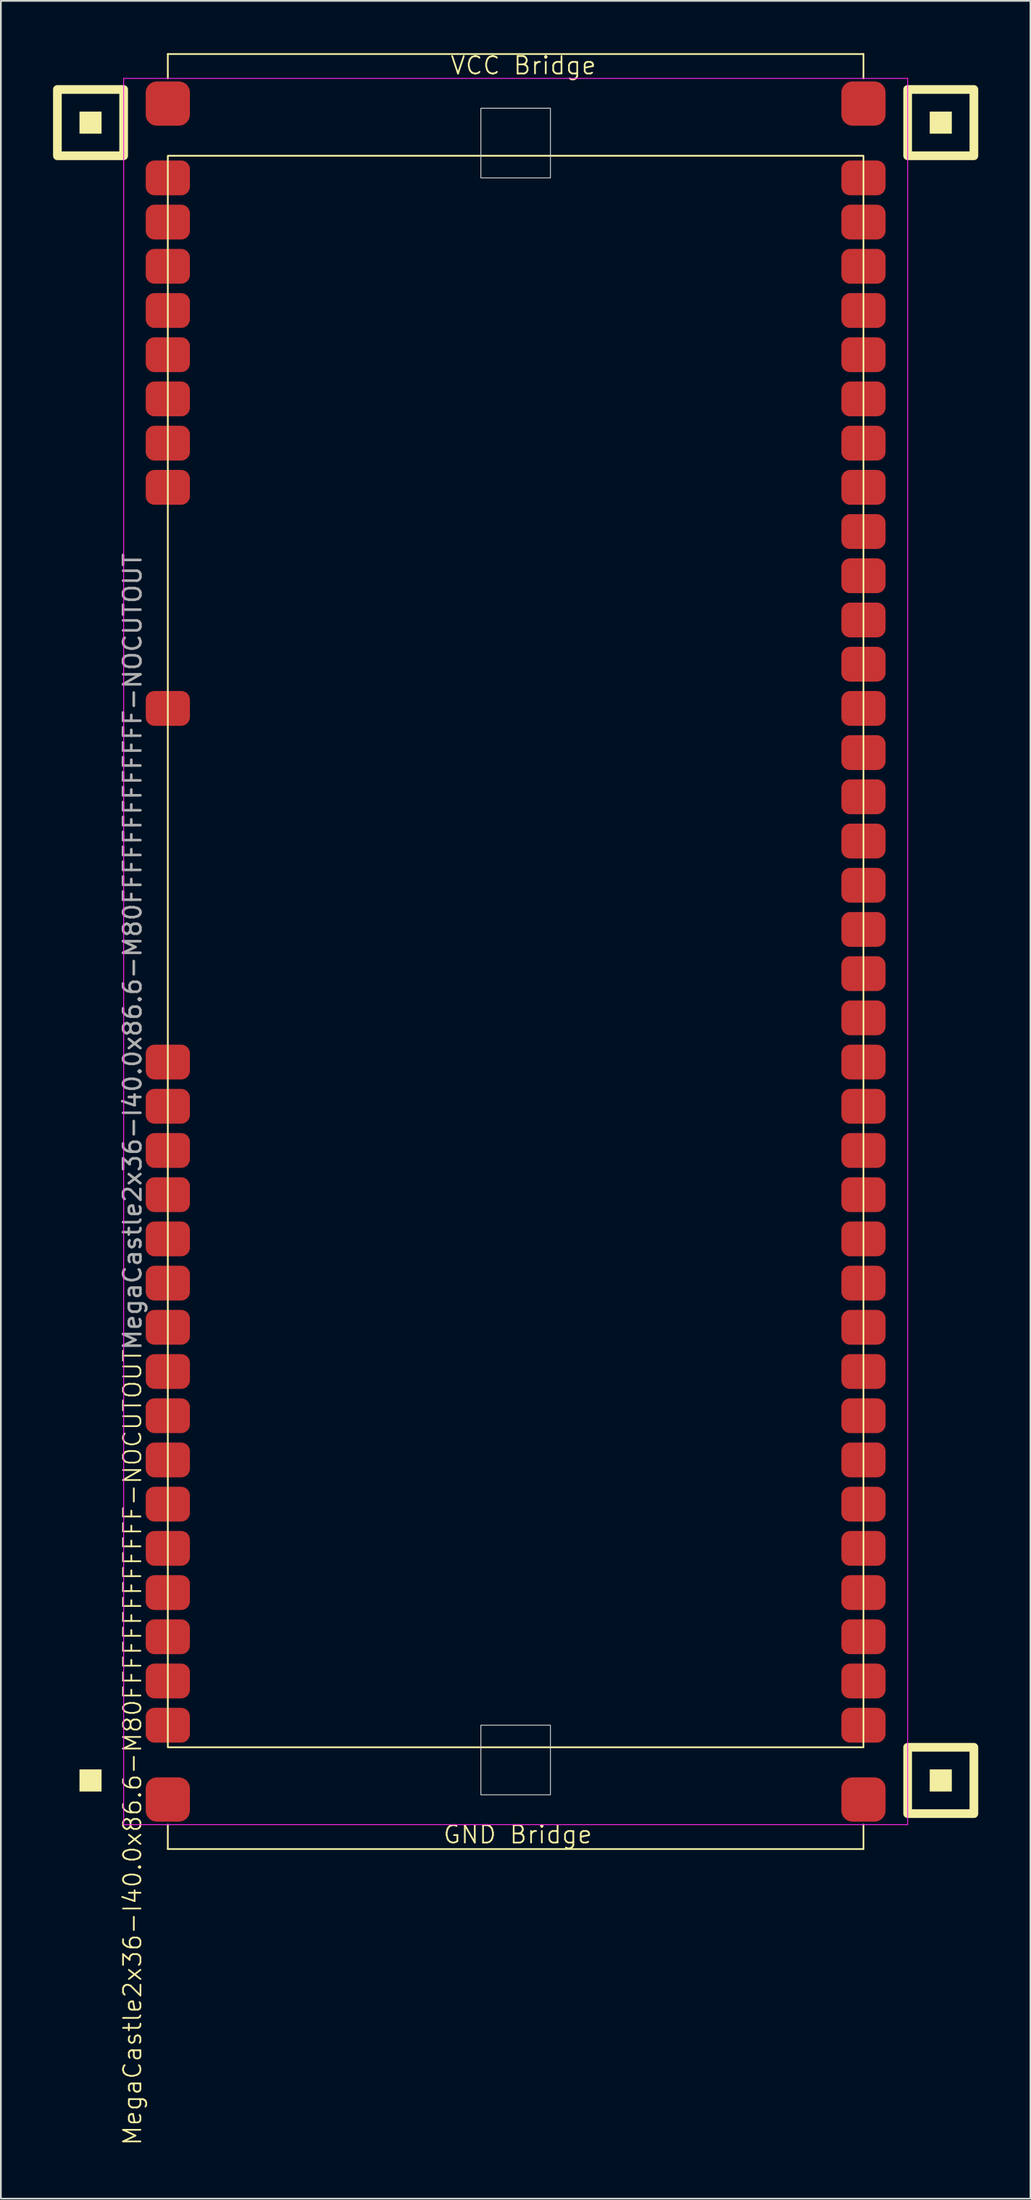
<source format=kicad_pcb>
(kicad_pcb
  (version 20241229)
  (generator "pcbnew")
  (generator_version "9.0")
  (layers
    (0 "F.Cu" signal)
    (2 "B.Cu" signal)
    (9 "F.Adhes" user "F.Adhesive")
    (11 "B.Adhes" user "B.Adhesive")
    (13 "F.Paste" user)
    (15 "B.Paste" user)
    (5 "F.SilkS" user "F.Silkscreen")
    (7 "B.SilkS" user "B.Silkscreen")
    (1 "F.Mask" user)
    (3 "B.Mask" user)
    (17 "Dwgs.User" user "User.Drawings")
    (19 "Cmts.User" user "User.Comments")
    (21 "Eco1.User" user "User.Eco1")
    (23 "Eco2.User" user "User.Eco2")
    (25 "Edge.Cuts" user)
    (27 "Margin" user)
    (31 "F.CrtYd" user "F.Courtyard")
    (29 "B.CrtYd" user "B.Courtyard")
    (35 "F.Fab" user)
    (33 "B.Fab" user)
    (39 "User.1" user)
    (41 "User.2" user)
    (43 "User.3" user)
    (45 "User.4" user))
  (footprint "MegaCastle2x36-I40.0x86.6-M80FFFFFFFFFFFFF-NOCUTOUT"
    (layer "F.Cu")
    (at 26.6 51.62)
    (property "Reference" "MegaCastle2x36-I40.0x86.6-M80FFFFFFFFFFFFF-NOCUTOUT" (at -22.032 45.72 90) (unlocked yes) (layer "F.SilkS") (effects (font (size 1 1) (thickness 0.1))))
    (attr smd)
    (fp_line (start -20 -51.565) (end 20 -51.565) (stroke (width 0.1) (type default)) (layer "F.SilkS"))
    (fp_line (start -20 -50.165) (end -20 -51.565) (stroke (width 0.1) (type default)) (layer "F.SilkS"))
    (fp_line (start -20 50.165) (end -20 51.565) (stroke (width 0.1) (type default)) (layer "F.SilkS"))
    (fp_line (start -20 51.565) (end 20 51.565) (stroke (width 0.1) (type default)) (layer "F.SilkS"))
    (fp_line (start 20 -50.165) (end 20 -51.565) (stroke (width 0.1) (type default)) (layer "F.SilkS"))
    (fp_line (start 20 50.165) (end 20 51.565) (stroke (width 0.1) (type default)) (layer "F.SilkS"))
    (fp_rect (start -23.81 -46.99) (end -25.08 -48.26) (stroke (width 0) (type solid)) (fill yes) (layer "F.SilkS"))
    (fp_rect (start -23.81 48.26) (end -25.08 46.99) (stroke (width 0) (type solid)) (fill yes) (layer "F.SilkS"))
    (fp_rect (start -22.54 -45.72) (end -26.35 -49.53) (stroke (width 0.5) (type default)) (fill no) (layer "F.SilkS"))
    (fp_rect (start -20 -45.72) (end 20 45.72) (stroke (width 0.1) (type default)) (fill no) (layer "F.SilkS"))
    (fp_rect (start 25.08 -46.99) (end 23.81 -48.26) (stroke (width 0) (type solid)) (fill yes) (layer "F.SilkS"))
    (fp_rect (start 25.08 48.26) (end 23.81 46.99) (stroke (width 0) (type solid)) (fill yes) (layer "F.SilkS"))
    (fp_rect (start 26.35 -45.72) (end 22.54 -49.53) (stroke (width 0.5) (type default)) (fill no) (layer "F.SilkS"))
    (fp_rect (start 26.35 49.53) (end 22.54 45.72) (stroke (width 0.5) (type default)) (fill no) (layer "F.SilkS"))
    (fp_rect (start -2 -44.45) (end 2 -48.45) (stroke (width 0.05) (type default)) (fill no) (layer "Edge.Cuts"))
    (fp_rect (start -2 44.45) (end 2 48.45) (stroke (width 0.05) (type default)) (fill no) (layer "Edge.Cuts"))
    (fp_line (start -22.54 -50.165) (end -22.54 50.165) (stroke (width 0.05) (type default)) (layer "F.CrtYd"))
    (fp_line (start -22.54 50.165) (end 22.54 50.165) (stroke (width 0.05) (type default)) (layer "F.CrtYd"))
    (fp_line (start 22.54 -50.165) (end -22.54 -50.165) (stroke (width 0.05) (type default)) (layer "F.CrtYd"))
    (fp_line (start 22.54 -50.165) (end 22.54 50.165) (stroke (width 0.05) (type default)) (layer "F.CrtYd"))
    (fp_text user "VCC Bridge" (at -3.81 -50.32 0) (unlocked yes) (layer "F.SilkS") (effects (font (size 1 1) (thickness 0.1)) (justify left bottom)))
    (fp_text user "GND Bridge" (at -4.226 51.32 0) (unlocked yes) (layer "F.SilkS") (effects (font (size 1 1) (thickness 0.1)) (justify left bottom)))
    (fp_text user "${REFERENCE}" (at -22.032 0 90) (unlocked yes) (layer "F.Fab") (effects (font (size 1 1) (thickness 0.15))))
    (pad "1" smd roundrect (at -20 -44.45) (size 2.54 2) (layers "F.Cu" "F.Mask" "F.Paste") (roundrect_rratio 0.25))
    (pad "2" smd roundrect (at -20 -41.91) (size 2.54 2) (layers "F.Cu" "F.Mask" "F.Paste") (roundrect_rratio 0.25))
    (pad "3" smd roundrect (at -20 -39.37) (size 2.54 2) (layers "F.Cu" "F.Mask" "F.Paste") (roundrect_rratio 0.25))
    (pad "4" smd roundrect (at -20 -36.83) (size 2.54 2) (layers "F.Cu" "F.Mask" "F.Paste") (roundrect_rratio 0.25))
    (pad "5" smd roundrect (at -20 -34.29) (size 2.54 2) (layers "F.Cu" "F.Mask" "F.Paste") (roundrect_rratio 0.25))
    (pad "6" smd roundrect (at -20 -31.75) (size 2.54 2) (layers "F.Cu" "F.Mask" "F.Paste") (roundrect_rratio 0.25))
    (pad "7" smd roundrect (at -20 -29.21) (size 2.54 2) (layers "F.Cu" "F.Mask" "F.Paste") (roundrect_rratio 0.25))
    (pad "8" smd roundrect (at -20 -26.67) (size 2.54 2) (layers "F.Cu" "F.Mask" "F.Paste") (roundrect_rratio 0.25))
    (pad "13" smd roundrect (at -20 -13.97) (size 2.54 2) (layers "F.Cu" "F.Mask" "F.Paste") (roundrect_rratio 0.25))
    (pad "21" smd roundrect (at -20 6.35) (size 2.54 2) (layers "F.Cu" "F.Mask" "F.Paste") (roundrect_rratio 0.25))
    (pad "22" smd roundrect (at -20 8.89) (size 2.54 2) (layers "F.Cu" "F.Mask" "F.Paste") (roundrect_rratio 0.25))
    (pad "23" smd roundrect (at -20 11.43) (size 2.54 2) (layers "F.Cu" "F.Mask" "F.Paste") (roundrect_rratio 0.25))
    (pad "24" smd roundrect (at -20 13.97) (size 2.54 2) (layers "F.Cu" "F.Mask" "F.Paste") (roundrect_rratio 0.25))
    (pad "25" smd roundrect (at -20 16.51) (size 2.54 2) (layers "F.Cu" "F.Mask" "F.Paste") (roundrect_rratio 0.25))
    (pad "26" smd roundrect (at -20 19.05) (size 2.54 2) (layers "F.Cu" "F.Mask" "F.Paste") (roundrect_rratio 0.25))
    (pad "27" smd roundrect (at -20 21.59) (size 2.54 2) (layers "F.Cu" "F.Mask" "F.Paste") (roundrect_rratio 0.25))
    (pad "28" smd roundrect (at -20 24.13) (size 2.54 2) (layers "F.Cu" "F.Mask" "F.Paste") (roundrect_rratio 0.25))
    (pad "29" smd roundrect (at -20 26.67) (size 2.54 2) (layers "F.Cu" "F.Mask" "F.Paste") (roundrect_rratio 0.25))
    (pad "30" smd roundrect (at -20 29.21) (size 2.54 2) (layers "F.Cu" "F.Mask" "F.Paste") (roundrect_rratio 0.25))
    (pad "31" smd roundrect (at -20 31.75) (size 2.54 2) (layers "F.Cu" "F.Mask" "F.Paste") (roundrect_rratio 0.25))
    (pad "32" smd roundrect (at -20 34.29) (size 2.54 2) (layers "F.Cu" "F.Mask" "F.Paste") (roundrect_rratio 0.25))
    (pad "33" smd roundrect (at -20 36.83) (size 2.54 2) (layers "F.Cu" "F.Mask" "F.Paste") (roundrect_rratio 0.25))
    (pad "34" smd roundrect (at -20 39.37) (size 2.54 2) (layers "F.Cu" "F.Mask" "F.Paste") (roundrect_rratio 0.25))
    (pad "35" smd roundrect (at -20 41.91) (size 2.54 2) (layers "F.Cu" "F.Mask" "F.Paste") (roundrect_rratio 0.25))
    (pad "36" smd roundrect (at -20 44.45) (size 2.54 2) (layers "F.Cu" "F.Mask" "F.Paste") (roundrect_rratio 0.25))
    (pad "37" smd roundrect (at 20 -44.45) (size 2.54 2) (layers "F.Cu" "F.Mask" "F.Paste") (roundrect_rratio 0.25))
    (pad "38" smd roundrect (at 20 -41.91) (size 2.54 2) (layers "F.Cu" "F.Mask" "F.Paste") (roundrect_rratio 0.25))
    (pad "39" smd roundrect (at 20 -39.37) (size 2.54 2) (layers "F.Cu" "F.Mask" "F.Paste") (roundrect_rratio 0.25))
    (pad "40" smd roundrect (at 20 -36.83) (size 2.54 2) (layers "F.Cu" "F.Mask" "F.Paste") (roundrect_rratio 0.25))
    (pad "41" smd roundrect (at 20 -34.29) (size 2.54 2) (layers "F.Cu" "F.Mask" "F.Paste") (roundrect_rratio 0.25))
    (pad "42" smd roundrect (at 20 -31.75) (size 2.54 2) (layers "F.Cu" "F.Mask" "F.Paste") (roundrect_rratio 0.25))
    (pad "43" smd roundrect (at 20 -29.21) (size 2.54 2) (layers "F.Cu" "F.Mask" "F.Paste") (roundrect_rratio 0.25))
    (pad "44" smd roundrect (at 20 -26.67) (size 2.54 2) (layers "F.Cu" "F.Mask" "F.Paste") (roundrect_rratio 0.25))
    (pad "45" smd roundrect (at 20 -24.13) (size 2.54 2) (layers "F.Cu" "F.Mask" "F.Paste") (roundrect_rratio 0.25))
    (pad "46" smd roundrect (at 20 -21.59) (size 2.54 2) (layers "F.Cu" "F.Mask" "F.Paste") (roundrect_rratio 0.25))
    (pad "47" smd roundrect (at 20 -19.05) (size 2.54 2) (layers "F.Cu" "F.Mask" "F.Paste") (roundrect_rratio 0.25))
    (pad "48" smd roundrect (at 20 -16.51) (size 2.54 2) (layers "F.Cu" "F.Mask" "F.Paste") (roundrect_rratio 0.25))
    (pad "49" smd roundrect (at 20 -13.97) (size 2.54 2) (layers "F.Cu" "F.Mask" "F.Paste") (roundrect_rratio 0.25))
    (pad "50" smd roundrect (at 20 -11.43) (size 2.54 2) (layers "F.Cu" "F.Mask" "F.Paste") (roundrect_rratio 0.25))
    (pad "51" smd roundrect (at 20 -8.89) (size 2.54 2) (layers "F.Cu" "F.Mask" "F.Paste") (roundrect_rratio 0.25))
    (pad "52" smd roundrect (at 20 -6.35) (size 2.54 2) (layers "F.Cu" "F.Mask" "F.Paste") (roundrect_rratio 0.25))
    (pad "53" smd roundrect (at 20 -3.81) (size 2.54 2) (layers "F.Cu" "F.Mask" "F.Paste") (roundrect_rratio 0.25))
    (pad "54" smd roundrect (at 20 -1.27) (size 2.54 2) (layers "F.Cu" "F.Mask" "F.Paste") (roundrect_rratio 0.25))
    (pad "55" smd roundrect (at 20 1.27) (size 2.54 2) (layers "F.Cu" "F.Mask" "F.Paste") (roundrect_rratio 0.25))
    (pad "56" smd roundrect (at 20 3.81) (size 2.54 2) (layers "F.Cu" "F.Mask" "F.Paste") (roundrect_rratio 0.25))
    (pad "57" smd roundrect (at 20 6.35) (size 2.54 2) (layers "F.Cu" "F.Mask" "F.Paste") (roundrect_rratio 0.25))
    (pad "58" smd roundrect (at 20 8.89) (size 2.54 2) (layers "F.Cu" "F.Mask" "F.Paste") (roundrect_rratio 0.25))
    (pad "59" smd roundrect (at 20 11.43) (size 2.54 2) (layers "F.Cu" "F.Mask" "F.Paste") (roundrect_rratio 0.25))
    (pad "60" smd roundrect (at 20 13.97) (size 2.54 2) (layers "F.Cu" "F.Mask" "F.Paste") (roundrect_rratio 0.25))
    (pad "61" smd roundrect (at 20 16.51) (size 2.54 2) (layers "F.Cu" "F.Mask" "F.Paste") (roundrect_rratio 0.25))
    (pad "62" smd roundrect (at 20 19.05) (size 2.54 2) (layers "F.Cu" "F.Mask" "F.Paste") (roundrect_rratio 0.25))
    (pad "63" smd roundrect (at 20 21.59) (size 2.54 2) (layers "F.Cu" "F.Mask" "F.Paste") (roundrect_rratio 0.25))
    (pad "64" smd roundrect (at 20 24.13) (size 2.54 2) (layers "F.Cu" "F.Mask" "F.Paste") (roundrect_rratio 0.25))
    (pad "65" smd roundrect (at 20 26.67) (size 2.54 2) (layers "F.Cu" "F.Mask" "F.Paste") (roundrect_rratio 0.25))
    (pad "66" smd roundrect (at 20 29.21) (size 2.54 2) (layers "F.Cu" "F.Mask" "F.Paste") (roundrect_rratio 0.25))
    (pad "67" smd roundrect (at 20 31.75) (size 2.54 2) (layers "F.Cu" "F.Mask" "F.Paste") (roundrect_rratio 0.25))
    (pad "68" smd roundrect (at 20 34.29) (size 2.54 2) (layers "F.Cu" "F.Mask" "F.Paste") (roundrect_rratio 0.25))
    (pad "69" smd roundrect (at 20 36.83) (size 2.54 2) (layers "F.Cu" "F.Mask" "F.Paste") (roundrect_rratio 0.25))
    (pad "70" smd roundrect (at 20 39.37) (size 2.54 2) (layers "F.Cu" "F.Mask" "F.Paste") (roundrect_rratio 0.25))
    (pad "71" smd roundrect (at 20 41.91) (size 2.54 2) (layers "F.Cu" "F.Mask" "F.Paste") (roundrect_rratio 0.25))
    (pad "72" smd roundrect (at 20 44.45) (size 2.54 2) (layers "F.Cu" "F.Mask" "F.Paste") (roundrect_rratio 0.25))
    (pad "A1" smd roundrect (at -20 -48.72) (size 2.54 2.54) (layers "F.Cu" "F.Mask" "F.Paste") (roundrect_rratio 0.25))
    (pad "A2" smd roundrect (at 20 -48.72) (size 2.54 2.54) (layers "F.Cu" "F.Mask" "F.Paste") (roundrect_rratio 0.25))
    (pad "B1" smd roundrect (at -20 48.72) (size 2.54 2.54) (layers "F.Cu" "F.Mask" "F.Paste") (roundrect_rratio 0.25))
    (pad "B2" smd roundrect (at 20 48.72) (size 2.54 2.54) (layers "F.Cu" "F.Mask" "F.Paste") (roundrect_rratio 0.25)))
  (gr_rect
    (start -3 -3)
    (end 56.2 123.271)
    (stroke (width 0.1) (type default))
    (fill no)
    (layer "Edge.Cuts")))
</source>
